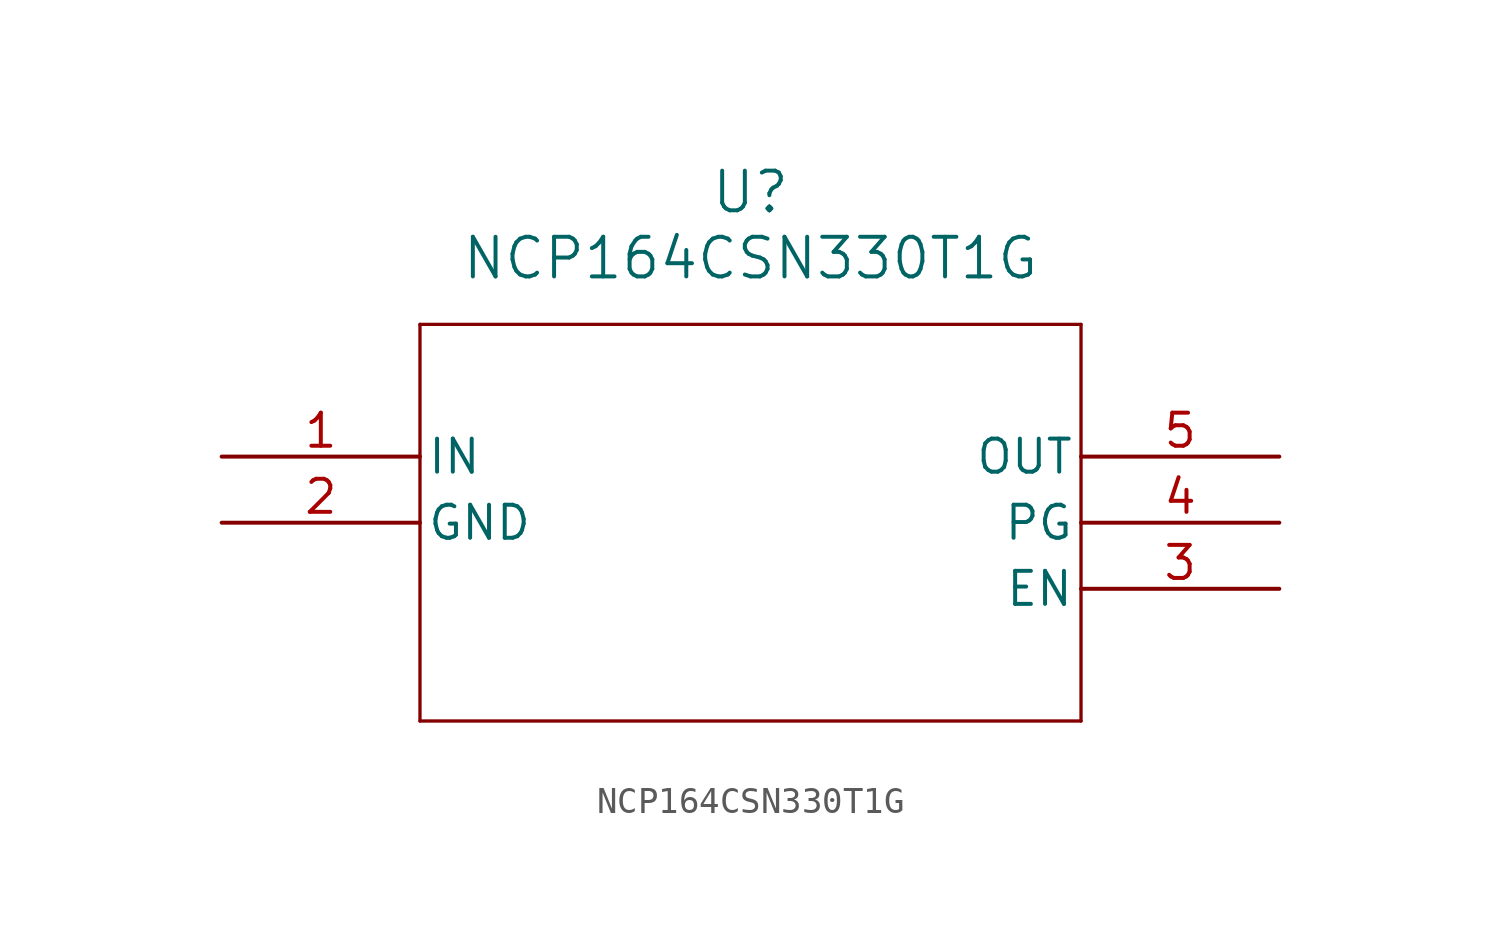
<source format=kicad_sym>
(kicad_symbol_lib
  (version 20211014)
  (generator kicad_symbol_editor)
  (symbol "NCP164CSN330T1G"
    (pin_names
      (offset 0.254))
    (property "Reference" "U"
      (at 20.32 10.16 0)
      (effects (font (size 1.524 1.524))))
    (property "Value" "NCP164CSN330T1G"
      (at 20.32 7.62 0)
      (effects (font (size 1.524 1.524))))
    (symbol "NCP164CSN330T1G_0_1"
      (polyline (pts (xy 7.62 5.08) (xy 7.62 -10.16)) (stroke (width 0.127) (type default) (color 0 0 0 0)) (fill (type none)))
      (polyline (pts (xy 7.62 -10.16) (xy 33.02 -10.16)) (stroke (width 0.127) (type default) (color 0 0 0 0)) (fill (type none)))
      (polyline (pts (xy 33.02 -10.16) (xy 33.02 5.08)) (stroke (width 0.127) (type default) (color 0 0 0 0)) (fill (type none)))
      (polyline (pts (xy 33.02 5.08) (xy 7.62 5.08)) (stroke (width 0.127) (type default) (color 0 0 0 0)) (fill (type none)))
      (pin power_in line (at 0 0 0) (length 7.62) (name "IN" (effects (font (size 1.27 1.27)))) (number "1" (effects (font (size 1.27 1.27)))))
      (pin power_out line (at 0 -2.54 0) (length 7.62) (name "GND" (effects (font (size 1.27 1.27)))) (number "2" (effects (font (size 1.27 1.27)))))
      (pin unspecified line (at 40.64 -5.08 180) (length 7.62) (name "EN" (effects (font (size 1.27 1.27)))) (number "3" (effects (font (size 1.27 1.27)))))
      (pin unspecified line (at 40.64 -2.54 180) (length 7.62) (name "PG" (effects (font (size 1.27 1.27)))) (number "4" (effects (font (size 1.27 1.27)))))
      (pin output line (at 40.64 0 180) (length 7.62) (name "OUT" (effects (font (size 1.27 1.27)))) (number "5" (effects (font (size 1.27 1.27))))))))
</source>
